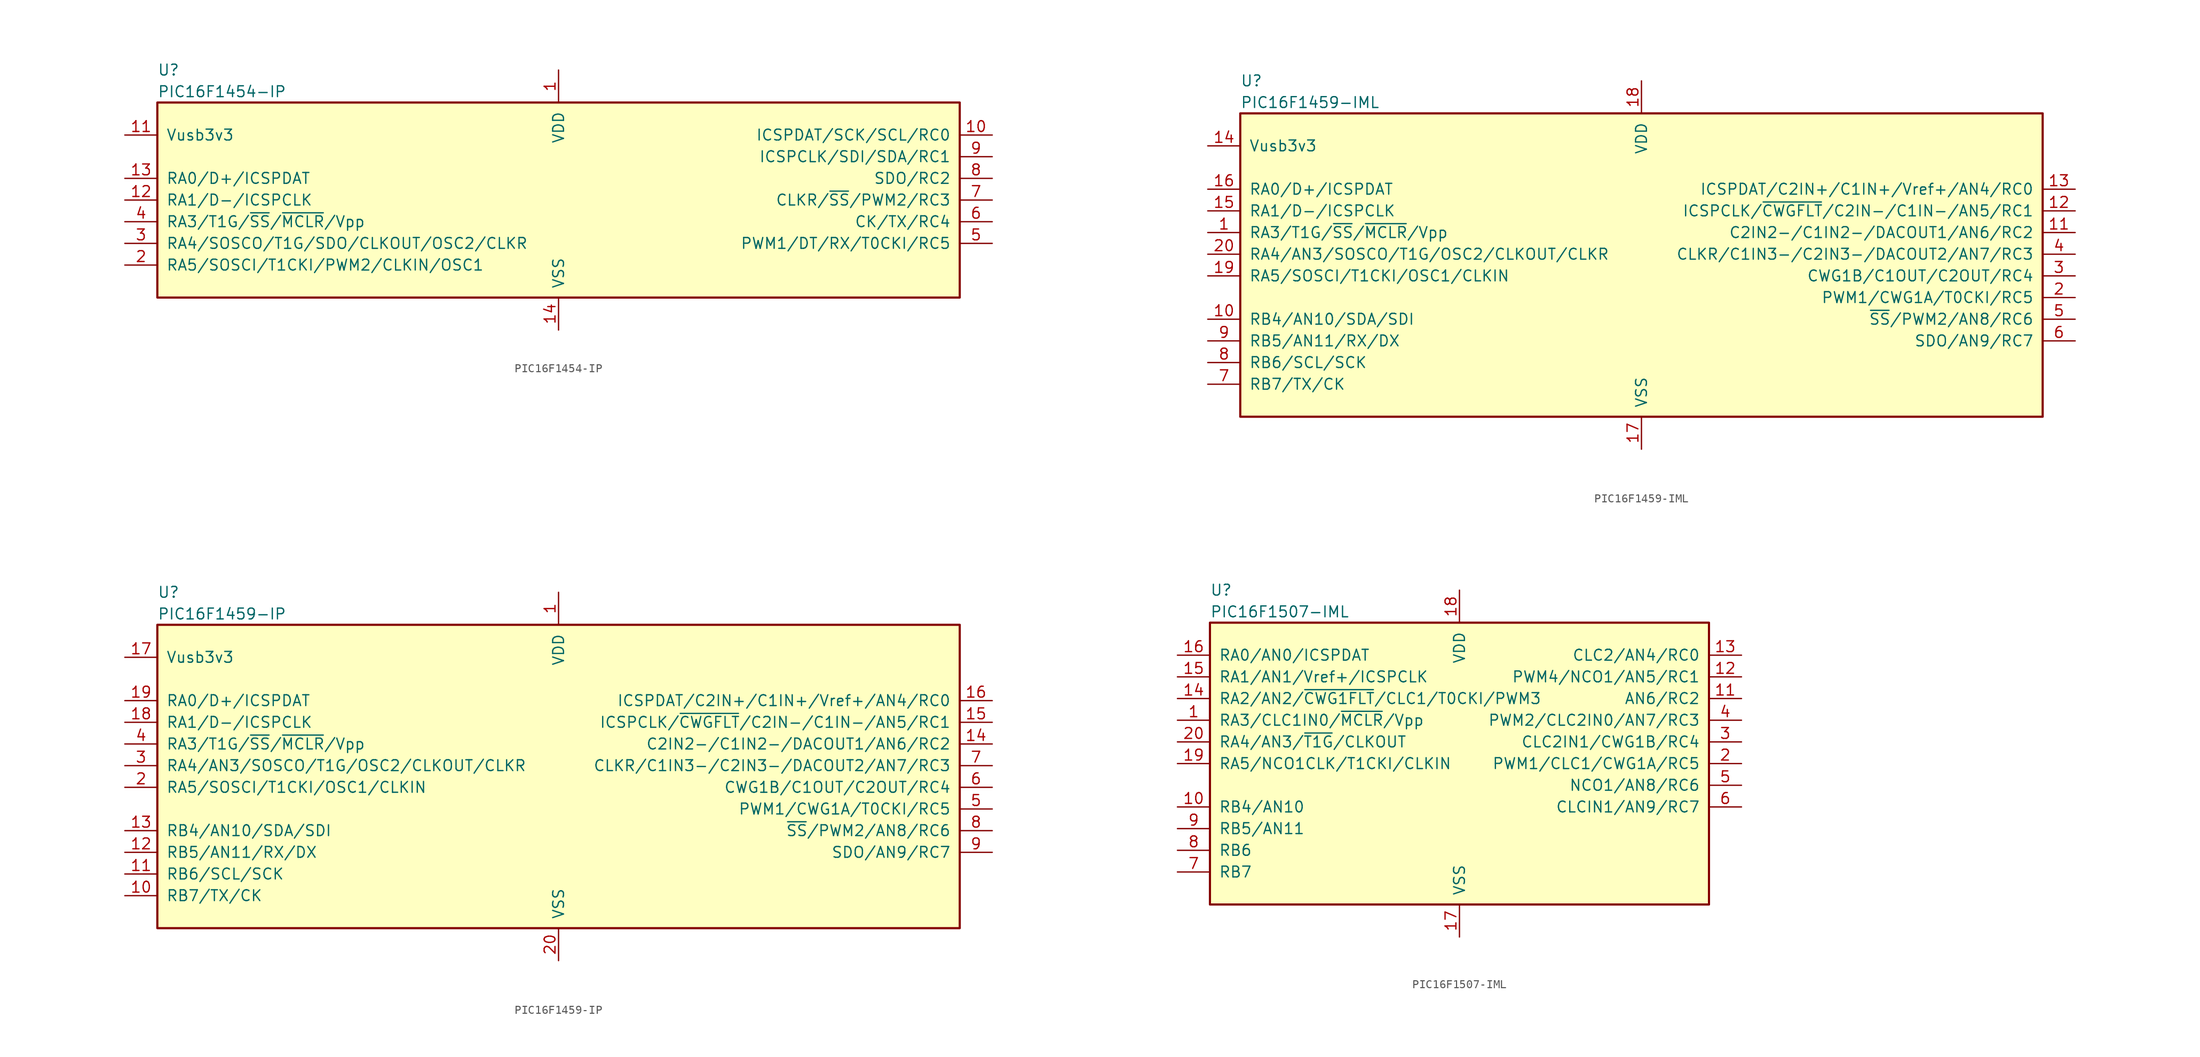
<source format=kicad_sym>
(kicad_symbol_lib
  (version 20211014)
  (generator kicad_symbol_editor)
  (symbol "PIC16F1454-IP"
    (pin_names
      (offset 1.016))
    (property "Reference" "U"
      (at -46.99 15.24 0)
      (effects (font (size 1.27 1.27)) (justify left)))
    (property "Value" "PIC16F1454-IP"
      (at -46.99 12.7 0)
      (effects (font (size 1.27 1.27)) (justify left)))
    (symbol "PIC16F1454-IP_0_1"
      (rectangle (start -46.99 11.43) (end 46.99 -11.43) (stroke (width 0.254) (type default) (color 0 0 0 0)) (fill (type background))))
    (symbol "PIC16F1454-IP_1_1"
      (pin power_in line (at 0 15.24 270) (length 3.81) (name "VDD" (effects (font (size 1.27 1.27)))) (number "1" (effects (font (size 1.27 1.27)))))
      (pin bidirectional line (at 50.8 7.62 180) (length 3.81) (name "ICSPDAT/SCK/SCL/RC0" (effects (font (size 1.27 1.27)))) (number "10" (effects (font (size 1.27 1.27)))))
      (pin bidirectional line (at -50.8 7.62 0) (length 3.81) (name "Vusb3v3" (effects (font (size 1.27 1.27)))) (number "11" (effects (font (size 1.27 1.27)))))
      (pin bidirectional line (at -50.8 0 0) (length 3.81) (name "RA1/D-/ICSPCLK" (effects (font (size 1.27 1.27)))) (number "12" (effects (font (size 1.27 1.27)))))
      (pin bidirectional line (at -50.8 2.54 0) (length 3.81) (name "RA0/D+/ICSPDAT" (effects (font (size 1.27 1.27)))) (number "13" (effects (font (size 1.27 1.27)))))
      (pin power_in line (at 0 -15.24 90) (length 3.81) (name "VSS" (effects (font (size 1.27 1.27)))) (number "14" (effects (font (size 1.27 1.27)))))
      (pin bidirectional line (at -50.8 -7.62 0) (length 3.81) (name "RA5/SOSCI/T1CKI/PWM2/CLKIN/OSC1" (effects (font (size 1.27 1.27)))) (number "2" (effects (font (size 1.27 1.27)))))
      (pin bidirectional line (at -50.8 -5.08 0) (length 3.81) (name "RA4/SOSCO/T1G/SDO/CLKOUT/OSC2/CLKR" (effects (font (size 1.27 1.27)))) (number "3" (effects (font (size 1.27 1.27)))))
      (pin input line (at -50.8 -2.54 0) (length 3.81) (name "RA3/T1G/~{SS}/~{MCLR}/Vpp" (effects (font (size 1.27 1.27)))) (number "4" (effects (font (size 1.27 1.27)))))
      (pin bidirectional line (at 50.8 -5.08 180) (length 3.81) (name "PWM1/DT/RX/T0CKI/RC5" (effects (font (size 1.27 1.27)))) (number "5" (effects (font (size 1.27 1.27)))))
      (pin bidirectional line (at 50.8 -2.54 180) (length 3.81) (name "CK/TX/RC4" (effects (font (size 1.27 1.27)))) (number "6" (effects (font (size 1.27 1.27)))))
      (pin bidirectional line (at 50.8 0 180) (length 3.81) (name "CLKR/~{SS}/PWM2/RC3" (effects (font (size 1.27 1.27)))) (number "7" (effects (font (size 1.27 1.27)))))
      (pin bidirectional line (at 50.8 2.54 180) (length 3.81) (name "SDO/RC2" (effects (font (size 1.27 1.27)))) (number "8" (effects (font (size 1.27 1.27)))))
      (pin bidirectional line (at 50.8 5.08 180) (length 3.81) (name "ICSPCLK/SDI/SDA/RC1" (effects (font (size 1.27 1.27)))) (number "9" (effects (font (size 1.27 1.27)))))))
  (symbol "PIC16F1459-IML"
    (pin_names
      (offset 1.016))
    (property "Reference" "U"
      (at -46.99 17.78 0)
      (effects (font (size 1.27 1.27)) (justify left)))
    (property "Value" "PIC16F1459-IML"
      (at -46.99 15.24 0)
      (effects (font (size 1.27 1.27)) (justify left)))
    (symbol "PIC16F1459-IML_0_1"
      (rectangle (start -46.99 13.97) (end 46.99 -21.59) (stroke (width 0.254) (type default) (color 0 0 0 0)) (fill (type background))))
    (symbol "PIC16F1459-IML_1_1"
      (pin input line (at -50.8 0 0) (length 3.81) (name "RA3/T1G/~{SS}/~{MCLR}/Vpp" (effects (font (size 1.27 1.27)))) (number "1" (effects (font (size 1.27 1.27)))))
      (pin bidirectional line (at -50.8 -10.16 0) (length 3.81) (name "RB4/AN10/SDA/SDI" (effects (font (size 1.27 1.27)))) (number "10" (effects (font (size 1.27 1.27)))))
      (pin bidirectional line (at 50.8 0 180) (length 3.81) (name "C2IN2-/C1IN2-/DACOUT1/AN6/RC2" (effects (font (size 1.27 1.27)))) (number "11" (effects (font (size 1.27 1.27)))))
      (pin bidirectional line (at 50.8 2.54 180) (length 3.81) (name "ICSPCLK/~{CWGFLT}/C2IN-/C1IN-/AN5/RC1" (effects (font (size 1.27 1.27)))) (number "12" (effects (font (size 1.27 1.27)))))
      (pin bidirectional line (at 50.8 5.08 180) (length 3.81) (name "ICSPDAT/C2IN+/C1IN+/Vref+/AN4/RC0" (effects (font (size 1.27 1.27)))) (number "13" (effects (font (size 1.27 1.27)))))
      (pin bidirectional line (at -50.8 10.16 0) (length 3.81) (name "Vusb3v3" (effects (font (size 1.27 1.27)))) (number "14" (effects (font (size 1.27 1.27)))))
      (pin bidirectional line (at -50.8 2.54 0) (length 3.81) (name "RA1/D-/ICSPCLK" (effects (font (size 1.27 1.27)))) (number "15" (effects (font (size 1.27 1.27)))))
      (pin bidirectional line (at -50.8 5.08 0) (length 3.81) (name "RA0/D+/ICSPDAT" (effects (font (size 1.27 1.27)))) (number "16" (effects (font (size 1.27 1.27)))))
      (pin power_in line (at 0 -25.4 90) (length 3.81) (name "VSS" (effects (font (size 1.27 1.27)))) (number "17" (effects (font (size 1.27 1.27)))))
      (pin power_in line (at 0 17.78 270) (length 3.81) (name "VDD" (effects (font (size 1.27 1.27)))) (number "18" (effects (font (size 1.27 1.27)))))
      (pin bidirectional line (at -50.8 -5.08 0) (length 3.81) (name "RA5/SOSCI/T1CKI/OSC1/CLKIN" (effects (font (size 1.27 1.27)))) (number "19" (effects (font (size 1.27 1.27)))))
      (pin bidirectional line (at 50.8 -7.62 180) (length 3.81) (name "PWM1/CWG1A/T0CKI/RC5" (effects (font (size 1.27 1.27)))) (number "2" (effects (font (size 1.27 1.27)))))
      (pin bidirectional line (at -50.8 -2.54 0) (length 3.81) (name "RA4/AN3/SOSCO/T1G/OSC2/CLKOUT/CLKR" (effects (font (size 1.27 1.27)))) (number "20" (effects (font (size 1.27 1.27)))))
      (pin bidirectional line (at 50.8 -5.08 180) (length 3.81) (name "CWG1B/C1OUT/C2OUT/RC4" (effects (font (size 1.27 1.27)))) (number "3" (effects (font (size 1.27 1.27)))))
      (pin bidirectional line (at 50.8 -2.54 180) (length 3.81) (name "CLKR/C1IN3-/C2IN3-/DACOUT2/AN7/RC3" (effects (font (size 1.27 1.27)))) (number "4" (effects (font (size 1.27 1.27)))))
      (pin bidirectional line (at 50.8 -10.16 180) (length 3.81) (name "~{SS}/PWM2/AN8/RC6" (effects (font (size 1.27 1.27)))) (number "5" (effects (font (size 1.27 1.27)))))
      (pin bidirectional line (at 50.8 -12.7 180) (length 3.81) (name "SDO/AN9/RC7" (effects (font (size 1.27 1.27)))) (number "6" (effects (font (size 1.27 1.27)))))
      (pin bidirectional line (at -50.8 -17.78 0) (length 3.81) (name "RB7/TX/CK" (effects (font (size 1.27 1.27)))) (number "7" (effects (font (size 1.27 1.27)))))
      (pin bidirectional line (at -50.8 -15.24 0) (length 3.81) (name "RB6/SCL/SCK" (effects (font (size 1.27 1.27)))) (number "8" (effects (font (size 1.27 1.27)))))
      (pin bidirectional line (at -50.8 -12.7 0) (length 3.81) (name "RB5/AN11/RX/DX" (effects (font (size 1.27 1.27)))) (number "9" (effects (font (size 1.27 1.27)))))))
  (symbol "PIC16F1459-IP"
    (pin_names
      (offset 1.016))
    (property "Reference" "U"
      (at -46.99 17.78 0)
      (effects (font (size 1.27 1.27)) (justify left)))
    (property "Value" "PIC16F1459-IP"
      (at -46.99 15.24 0)
      (effects (font (size 1.27 1.27)) (justify left)))
    (symbol "PIC16F1459-IP_0_1"
      (rectangle (start -46.99 13.97) (end 46.99 -21.59) (stroke (width 0.254) (type default) (color 0 0 0 0)) (fill (type background))))
    (symbol "PIC16F1459-IP_1_1"
      (pin power_in line (at 0 17.78 270) (length 3.81) (name "VDD" (effects (font (size 1.27 1.27)))) (number "1" (effects (font (size 1.27 1.27)))))
      (pin bidirectional line (at -50.8 -17.78 0) (length 3.81) (name "RB7/TX/CK" (effects (font (size 1.27 1.27)))) (number "10" (effects (font (size 1.27 1.27)))))
      (pin bidirectional line (at -50.8 -15.24 0) (length 3.81) (name "RB6/SCL/SCK" (effects (font (size 1.27 1.27)))) (number "11" (effects (font (size 1.27 1.27)))))
      (pin bidirectional line (at -50.8 -12.7 0) (length 3.81) (name "RB5/AN11/RX/DX" (effects (font (size 1.27 1.27)))) (number "12" (effects (font (size 1.27 1.27)))))
      (pin bidirectional line (at -50.8 -10.16 0) (length 3.81) (name "RB4/AN10/SDA/SDI" (effects (font (size 1.27 1.27)))) (number "13" (effects (font (size 1.27 1.27)))))
      (pin bidirectional line (at 50.8 0 180) (length 3.81) (name "C2IN2-/C1IN2-/DACOUT1/AN6/RC2" (effects (font (size 1.27 1.27)))) (number "14" (effects (font (size 1.27 1.27)))))
      (pin bidirectional line (at 50.8 2.54 180) (length 3.81) (name "ICSPCLK/~{CWGFLT}/C2IN-/C1IN-/AN5/RC1" (effects (font (size 1.27 1.27)))) (number "15" (effects (font (size 1.27 1.27)))))
      (pin bidirectional line (at 50.8 5.08 180) (length 3.81) (name "ICSPDAT/C2IN+/C1IN+/Vref+/AN4/RC0" (effects (font (size 1.27 1.27)))) (number "16" (effects (font (size 1.27 1.27)))))
      (pin bidirectional line (at -50.8 10.16 0) (length 3.81) (name "Vusb3v3" (effects (font (size 1.27 1.27)))) (number "17" (effects (font (size 1.27 1.27)))))
      (pin bidirectional line (at -50.8 2.54 0) (length 3.81) (name "RA1/D-/ICSPCLK" (effects (font (size 1.27 1.27)))) (number "18" (effects (font (size 1.27 1.27)))))
      (pin bidirectional line (at -50.8 5.08 0) (length 3.81) (name "RA0/D+/ICSPDAT" (effects (font (size 1.27 1.27)))) (number "19" (effects (font (size 1.27 1.27)))))
      (pin bidirectional line (at -50.8 -5.08 0) (length 3.81) (name "RA5/SOSCI/T1CKI/OSC1/CLKIN" (effects (font (size 1.27 1.27)))) (number "2" (effects (font (size 1.27 1.27)))))
      (pin power_in line (at 0 -25.4 90) (length 3.81) (name "VSS" (effects (font (size 1.27 1.27)))) (number "20" (effects (font (size 1.27 1.27)))))
      (pin bidirectional line (at -50.8 -2.54 0) (length 3.81) (name "RA4/AN3/SOSCO/T1G/OSC2/CLKOUT/CLKR" (effects (font (size 1.27 1.27)))) (number "3" (effects (font (size 1.27 1.27)))))
      (pin input line (at -50.8 0 0) (length 3.81) (name "RA3/T1G/~{SS}/~{MCLR}/Vpp" (effects (font (size 1.27 1.27)))) (number "4" (effects (font (size 1.27 1.27)))))
      (pin bidirectional line (at 50.8 -7.62 180) (length 3.81) (name "PWM1/CWG1A/T0CKI/RC5" (effects (font (size 1.27 1.27)))) (number "5" (effects (font (size 1.27 1.27)))))
      (pin bidirectional line (at 50.8 -5.08 180) (length 3.81) (name "CWG1B/C1OUT/C2OUT/RC4" (effects (font (size 1.27 1.27)))) (number "6" (effects (font (size 1.27 1.27)))))
      (pin bidirectional line (at 50.8 -2.54 180) (length 3.81) (name "CLKR/C1IN3-/C2IN3-/DACOUT2/AN7/RC3" (effects (font (size 1.27 1.27)))) (number "7" (effects (font (size 1.27 1.27)))))
      (pin bidirectional line (at 50.8 -10.16 180) (length 3.81) (name "~{SS}/PWM2/AN8/RC6" (effects (font (size 1.27 1.27)))) (number "8" (effects (font (size 1.27 1.27)))))
      (pin bidirectional line (at 50.8 -12.7 180) (length 3.81) (name "SDO/AN9/RC7" (effects (font (size 1.27 1.27)))) (number "9" (effects (font (size 1.27 1.27)))))))
  (symbol "PIC16F1507-IML"
    (pin_names
      (offset 1.016))
    (property "Reference" "U"
      (at -29.21 20.32 0)
      (effects (font (size 1.27 1.27)) (justify left)))
    (property "Value" "PIC16F1507-IML"
      (at -29.21 17.78 0)
      (effects (font (size 1.27 1.27)) (justify left)))
    (symbol "PIC16F1507-IML_0_1"
      (rectangle (start -29.21 16.51) (end 29.21 -16.51) (stroke (width 0.254) (type default) (color 0 0 0 0)) (fill (type background))))
    (symbol "PIC16F1507-IML_1_1"
      (pin input line (at -33.02 5.08 0) (length 3.81) (name "RA3/CLC1IN0/~{MCLR}/Vpp" (effects (font (size 1.27 1.27)))) (number "1" (effects (font (size 1.27 1.27)))))
      (pin bidirectional line (at -33.02 -5.08 0) (length 3.81) (name "RB4/AN10" (effects (font (size 1.27 1.27)))) (number "10" (effects (font (size 1.27 1.27)))))
      (pin bidirectional line (at 33.02 7.62 180) (length 3.81) (name "AN6/RC2" (effects (font (size 1.27 1.27)))) (number "11" (effects (font (size 1.27 1.27)))))
      (pin bidirectional line (at 33.02 10.16 180) (length 3.81) (name "PWM4/NCO1/AN5/RC1" (effects (font (size 1.27 1.27)))) (number "12" (effects (font (size 1.27 1.27)))))
      (pin bidirectional line (at 33.02 12.7 180) (length 3.81) (name "CLC2/AN4/RC0" (effects (font (size 1.27 1.27)))) (number "13" (effects (font (size 1.27 1.27)))))
      (pin bidirectional line (at -33.02 7.62 0) (length 3.81) (name "RA2/AN2/~{CWG1FLT}/CLC1/T0CKI/PWM3" (effects (font (size 1.27 1.27)))) (number "14" (effects (font (size 1.27 1.27)))))
      (pin bidirectional line (at -33.02 10.16 0) (length 3.81) (name "RA1/AN1/Vref+/ICSPCLK" (effects (font (size 1.27 1.27)))) (number "15" (effects (font (size 1.27 1.27)))))
      (pin bidirectional line (at -33.02 12.7 0) (length 3.81) (name "RA0/AN0/ICSPDAT" (effects (font (size 1.27 1.27)))) (number "16" (effects (font (size 1.27 1.27)))))
      (pin power_in line (at 0 -20.32 90) (length 3.81) (name "VSS" (effects (font (size 1.27 1.27)))) (number "17" (effects (font (size 1.27 1.27)))))
      (pin power_in line (at 0 20.32 270) (length 3.81) (name "VDD" (effects (font (size 1.27 1.27)))) (number "18" (effects (font (size 1.27 1.27)))))
      (pin bidirectional line (at -33.02 0 0) (length 3.81) (name "RA5/NCO1CLK/T1CKI/CLKIN" (effects (font (size 1.27 1.27)))) (number "19" (effects (font (size 1.27 1.27)))))
      (pin bidirectional line (at 33.02 0 180) (length 3.81) (name "PWM1/CLC1/CWG1A/RC5" (effects (font (size 1.27 1.27)))) (number "2" (effects (font (size 1.27 1.27)))))
      (pin bidirectional line (at -33.02 2.54 0) (length 3.81) (name "RA4/AN3/~{T1G}/CLKOUT" (effects (font (size 1.27 1.27)))) (number "20" (effects (font (size 1.27 1.27)))))
      (pin bidirectional line (at 33.02 2.54 180) (length 3.81) (name "CLC2IN1/CWG1B/RC4" (effects (font (size 1.27 1.27)))) (number "3" (effects (font (size 1.27 1.27)))))
      (pin bidirectional line (at 33.02 5.08 180) (length 3.81) (name "PWM2/CLC2IN0/AN7/RC3" (effects (font (size 1.27 1.27)))) (number "4" (effects (font (size 1.27 1.27)))))
      (pin bidirectional line (at 33.02 -2.54 180) (length 3.81) (name "NCO1/AN8/RC6" (effects (font (size 1.27 1.27)))) (number "5" (effects (font (size 1.27 1.27)))))
      (pin bidirectional line (at 33.02 -5.08 180) (length 3.81) (name "CLCIN1/AN9/RC7" (effects (font (size 1.27 1.27)))) (number "6" (effects (font (size 1.27 1.27)))))
      (pin bidirectional line (at -33.02 -12.7 0) (length 3.81) (name "RB7" (effects (font (size 1.27 1.27)))) (number "7" (effects (font (size 1.27 1.27)))))
      (pin bidirectional line (at -33.02 -10.16 0) (length 3.81) (name "RB6" (effects (font (size 1.27 1.27)))) (number "8" (effects (font (size 1.27 1.27)))))
      (pin bidirectional line (at -33.02 -7.62 0) (length 3.81) (name "RB5/AN11" (effects (font (size 1.27 1.27)))) (number "9" (effects (font (size 1.27 1.27))))))))
</source>
